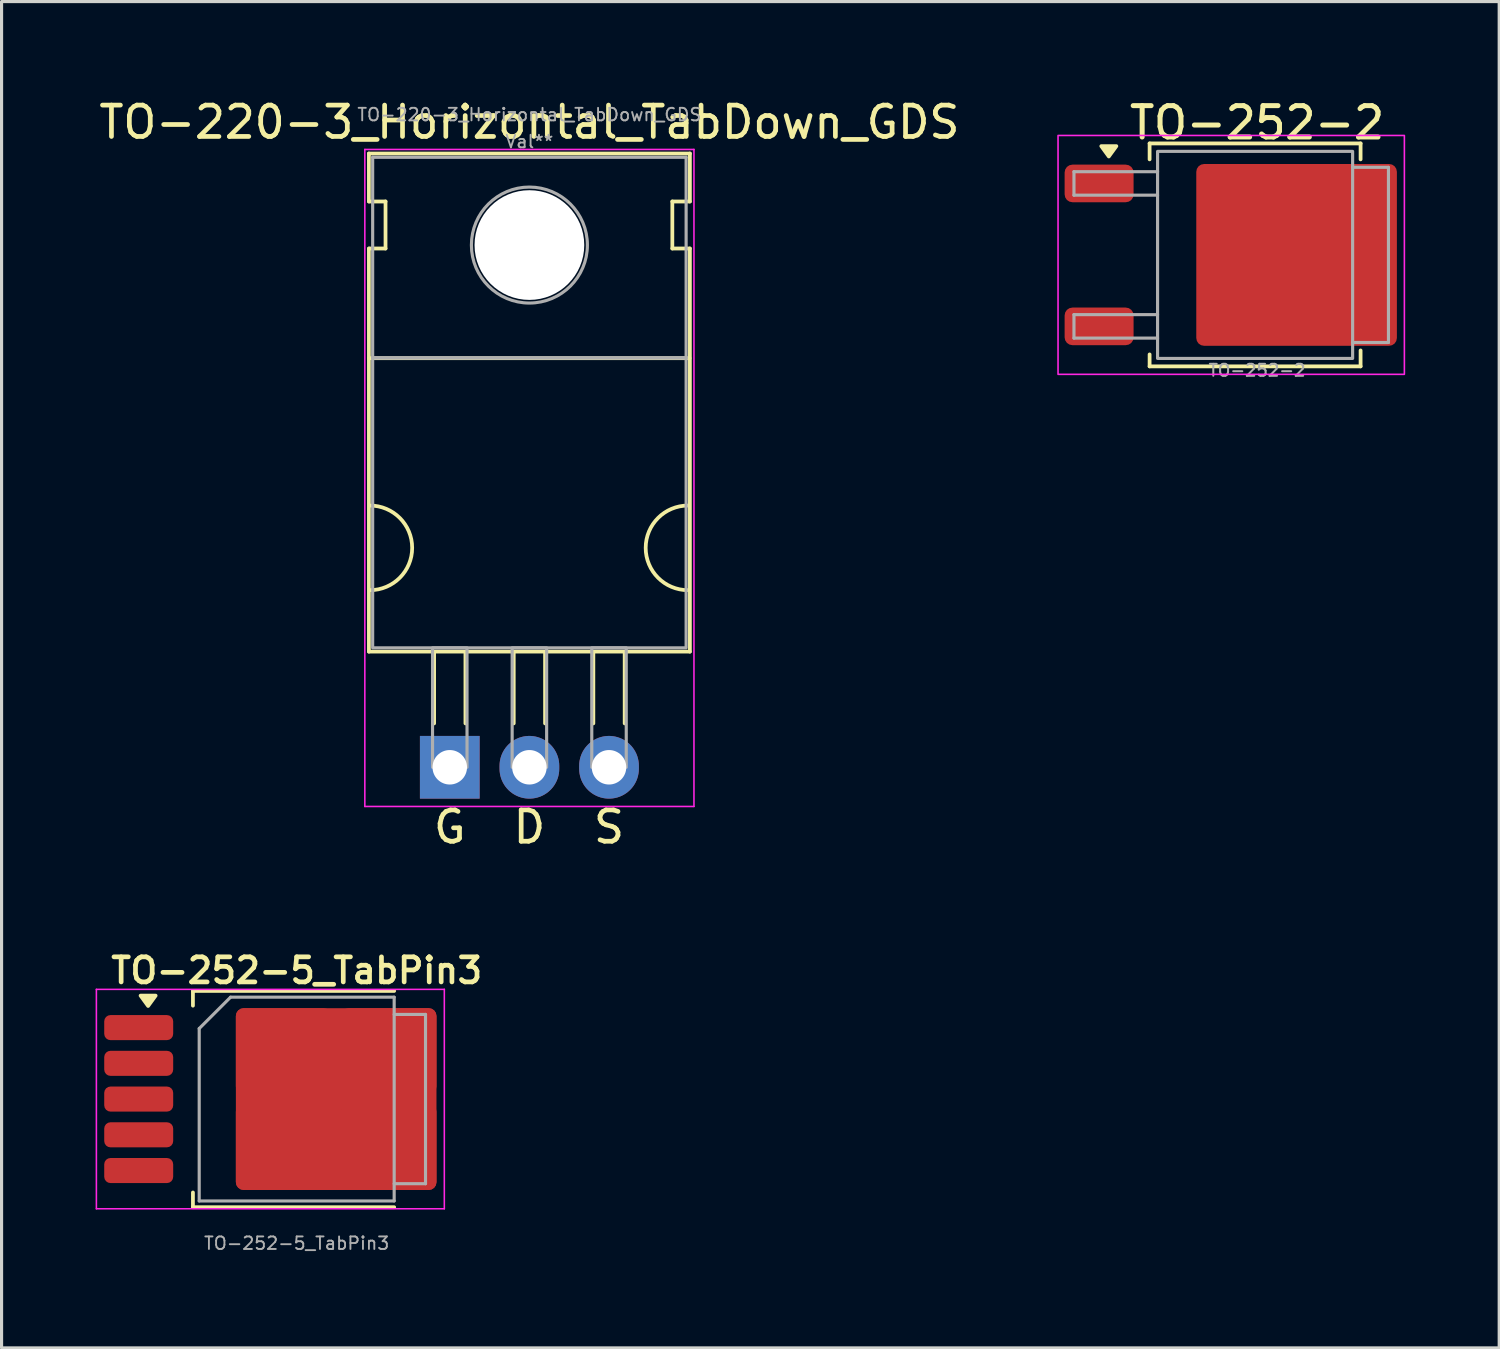
<source format=kicad_pcb>
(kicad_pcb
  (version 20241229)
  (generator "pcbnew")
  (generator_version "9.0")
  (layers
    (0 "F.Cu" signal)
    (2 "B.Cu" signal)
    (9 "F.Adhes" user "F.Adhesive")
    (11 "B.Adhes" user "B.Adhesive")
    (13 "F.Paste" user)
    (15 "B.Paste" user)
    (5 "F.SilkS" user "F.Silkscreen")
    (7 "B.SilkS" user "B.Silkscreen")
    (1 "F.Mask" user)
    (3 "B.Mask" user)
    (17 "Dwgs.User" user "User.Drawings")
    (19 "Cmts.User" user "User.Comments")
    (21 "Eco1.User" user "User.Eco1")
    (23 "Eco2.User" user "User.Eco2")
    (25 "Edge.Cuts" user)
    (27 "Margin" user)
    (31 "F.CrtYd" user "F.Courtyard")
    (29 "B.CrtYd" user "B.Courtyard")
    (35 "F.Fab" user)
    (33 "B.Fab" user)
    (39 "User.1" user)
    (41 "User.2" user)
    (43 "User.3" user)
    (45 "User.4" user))
  (footprint "TO-220-3_Horizontal_TabDown_GDS"
    (layer "F.Cu")
    (at 11.299 21.428)
    (property "Reference" "TO-220-3_Horizontal_TabDown_GDS" (at 2.54 -20.58 0) (layer "F.SilkS") (effects (font (size 1 1) (thickness 0.15))))
    (fp_line (start -2.58 -19.58) (end -2.58 -18.05) (stroke (width 0.12) (type solid)) (layer "F.SilkS"))
    (fp_line (start -2.58 -19.58) (end 7.66 -19.58) (stroke (width 0.12) (type solid)) (layer "F.SilkS"))
    (fp_line (start -2.58 -18.05) (end -2.05 -18.05) (stroke (width 0.12) (type solid)) (layer "F.SilkS"))
    (fp_line (start -2.58 -16.55) (end -2.58 -3.69) (stroke (width 0.12) (type solid)) (layer "F.SilkS"))
    (fp_line (start -2.58 -3.69) (end 7.66 -3.69) (stroke (width 0.12) (type solid)) (layer "F.SilkS"))
    (fp_line (start -2.575 -13.05) (end 7.65 -13.05) (stroke (width 0.12) (type solid)) (layer "F.SilkS"))
    (fp_line (start -2.05 -18.05) (end -2.05 -16.55) (stroke (width 0.12) (type solid)) (layer "F.SilkS"))
    (fp_line (start -2.05 -16.55) (end -2.575 -16.55) (stroke (width 0.12) (type solid)) (layer "F.SilkS"))
    (fp_line (start -0.5 -3.65) (end -0.5 -1.4) (stroke (width 0.12) (type solid)) (layer "F.SilkS"))
    (fp_line (start 0.5 -3.65) (end 0.5 -1.4) (stroke (width 0.12) (type solid)) (layer "F.SilkS"))
    (fp_line (start 2.04 -3.65) (end 2.04 -1.4) (stroke (width 0.12) (type solid)) (layer "F.SilkS"))
    (fp_line (start 3.04 -3.65) (end 3.04 -1.4) (stroke (width 0.12) (type solid)) (layer "F.SilkS"))
    (fp_line (start 4.58 -3.65) (end 4.58 -1.4) (stroke (width 0.12) (type solid)) (layer "F.SilkS"))
    (fp_line (start 5.58 -3.65) (end 5.58 -1.4) (stroke (width 0.12) (type solid)) (layer "F.SilkS"))
    (fp_line (start 7.1 -18.05) (end 7.66 -18.05) (stroke (width 0.12) (type solid)) (layer "F.SilkS"))
    (fp_line (start 7.1 -16.55) (end 7.1 -18.05) (stroke (width 0.12) (type solid)) (layer "F.SilkS"))
    (fp_line (start 7.66 -19.58) (end 7.66 -18.05) (stroke (width 0.12) (type solid)) (layer "F.SilkS"))
    (fp_line (start 7.66 -16.55) (end 7.1 -16.55) (stroke (width 0.12) (type solid)) (layer "F.SilkS"))
    (fp_line (start 7.66 -16.55) (end 7.66 -3.69) (stroke (width 0.12) (type solid)) (layer "F.SilkS"))
    (fp_arc (start -2.55 -8.35) (mid -1.2 -7) (end -2.55 -5.65) (stroke (width 0.12) (type solid)) (layer "F.SilkS"))
    (fp_arc (start 7.6 -5.65) (mid 6.25 -7) (end 7.6 -8.35) (stroke (width 0.12) (type solid)) (layer "F.SilkS"))
    (fp_line (start -2.71 -19.71) (end -2.71 1.25) (stroke (width 0.05) (type solid)) (layer "F.CrtYd"))
    (fp_line (start -2.71 1.25) (end 7.79 1.25) (stroke (width 0.05) (type solid)) (layer "F.CrtYd"))
    (fp_line (start 7.79 -19.71) (end -2.71 -19.71) (stroke (width 0.05) (type solid)) (layer "F.CrtYd"))
    (fp_line (start 7.79 1.25) (end 7.79 -19.71) (stroke (width 0.05) (type solid)) (layer "F.CrtYd"))
    (fp_line (start -2.46 -19.46) (end 7.54 -19.46) (stroke (width 0.1) (type solid)) (layer "F.Fab"))
    (fp_line (start -2.46 -13.06) (end -2.46 -19.46) (stroke (width 0.1) (type solid)) (layer "F.Fab"))
    (fp_line (start 7.54 -19.46) (end 7.54 -13.06) (stroke (width 0.1) (type solid)) (layer "F.Fab"))
    (fp_line (start 7.54 -13.06) (end -2.46 -13.06) (stroke (width 0.1) (type solid)) (layer "F.Fab"))
    (fp_rect (start -2.46 -13.06) (end 7.54 -3.81) (stroke (width 0.1) (type solid)) (fill no) (layer "F.Fab"))
    (fp_rect (start -0.55 -3.81) (end 0.55 0) (stroke (width 0.1) (type default)) (fill no) (layer "F.Fab"))
    (fp_rect (start 1.99 -3.81) (end 3.09 0) (stroke (width 0.1) (type default)) (fill no) (layer "F.Fab"))
    (fp_rect (start 4.53 -3.81) (end 5.63 0) (stroke (width 0.1) (type default)) (fill no) (layer "F.Fab"))
    (fp_circle (center 2.54 -16.66) (end 4.39 -16.66) (stroke (width 0.1) (type solid)) (fill no) (layer "F.Fab"))
    (fp_text user "G" (at 0 1.905 0) (unlocked yes) (layer "F.SilkS") (effects (font (size 1 1) (thickness 0.15))))
    (fp_text user "S" (at 5.08 1.905 0) (unlocked yes) (layer "F.SilkS") (effects (font (size 1 1) (thickness 0.15))))
    (fp_text user "D" (at 2.54 1.905 0) (unlocked yes) (layer "F.SilkS") (effects (font (size 1 1) (thickness 0.15))))
    (fp_text user "${REFERENCE}" (at 2.54 -20.82 0) (layer "F.Fab") (effects (font (size 0.4 0.4) (thickness 0.06))))
    (fp_text user "Val**" (at 2.54 -19.96 0) (unlocked yes) (layer "F.Fab") (effects (font (size 0.4 0.4) (thickness 0.06))))
    (pad "" np_thru_hole oval (at 2.54 -16.66) (size 3.5 3.5) (drill 3.5) (layers "*.Cu" "*.Mask"))
    (pad "1" thru_hole rect (at 0 0) (size 1.905 2) (drill 1.1) (layers "*.Cu" "*.Mask"))
    (pad "2" thru_hole oval (at 2.54 0) (size 1.905 2) (drill 1.1) (layers "*.Cu" "*.Mask"))
    (pad "3" thru_hole oval (at 5.08 0) (size 1.905 2) (drill 1.1) (layers "*.Cu" "*.Mask")))
  (footprint "TO-252-2"
    (layer "F.Cu")
    (at 37.054 5.082)
    (property "Reference" "TO-252-2" (at 0 -4.216 0) (layer "F.SilkS") (effects (font (size 1 1) (thickness 0.16))))
    (attr smd)
    (fp_line (start -3.429 -3.556) (end -3.429 -3.048) (stroke (width 0.12) (type solid)) (layer "F.SilkS"))
    (fp_line (start -3.429 3.556) (end -3.429 3.175) (stroke (width 0.12) (type solid)) (layer "F.SilkS"))
    (fp_line (start 3.302 -3.556) (end -3.429 -3.556) (stroke (width 0.12) (type solid)) (layer "F.SilkS"))
    (fp_line (start 3.302 -3.048) (end 3.302 -3.556) (stroke (width 0.12) (type default)) (layer "F.SilkS"))
    (fp_line (start 3.302 3.556) (end -3.429 3.556) (stroke (width 0.12) (type solid)) (layer "F.SilkS"))
    (fp_line (start 3.302 3.556) (end 3.302 3.048) (stroke (width 0.12) (type default)) (layer "F.SilkS"))
    (fp_poly (pts (xy -4.73 -3.14) (xy -4.97 -3.47) (xy -4.49 -3.47) (xy -4.73 -3.14)) (stroke (width 0.12) (type solid)) (fill yes) (layer "F.SilkS"))
    (fp_rect (start -6.35 -3.81) (end 4.699 3.81) (stroke (width 0.051) (type default)) (fill no) (layer "F.CrtYd"))
    (fp_line (start -5.842 -2.655) (end -5.842 -1.905) (stroke (width 0.1) (type solid)) (layer "F.Fab"))
    (fp_line (start -5.842 -1.905) (end -3.175 -1.905) (stroke (width 0.1) (type solid)) (layer "F.Fab"))
    (fp_line (start -5.842 1.905) (end -5.842 2.655) (stroke (width 0.1) (type solid)) (layer "F.Fab"))
    (fp_line (start -5.842 2.655) (end -3.175 2.655) (stroke (width 0.1) (type solid)) (layer "F.Fab"))
    (fp_line (start -3.175 -2.655) (end -5.842 -2.655) (stroke (width 0.1) (type solid)) (layer "F.Fab"))
    (fp_line (start -3.175 1.905) (end -5.842 1.905) (stroke (width 0.1) (type solid)) (layer "F.Fab"))
    (fp_line (start 3.048 -2.794) (end 4.191 -2.794) (stroke (width 0.1) (type solid)) (layer "F.Fab"))
    (fp_line (start 4.191 -2.794) (end 4.191 2.794) (stroke (width 0.1) (type solid)) (layer "F.Fab"))
    (fp_line (start 4.191 2.794) (end 3.048 2.794) (stroke (width 0.1) (type solid)) (layer "F.Fab"))
    (fp_rect (start -3.175 -3.302) (end 3.048 3.302) (stroke (width 0.1) (type solid)) (fill no) (layer "F.Fab"))
    (fp_text user "${REFERENCE}" (at 0 3.683 0) (unlocked yes) (layer "F.Fab") (effects (font (size 0.381 0.381) (thickness 0.064) (bold yes))))
    (pad "1" smd roundrect (at -5.04 -2.28) (size 2.2 1.2) (layers "F.Cu" "F.Mask" "F.Paste") (roundrect_rratio 0.208))
    (pad "2" smd roundrect (at 1.26 0) (size 6.4 5.8) (layers "F.Cu" "F.Mask") (roundrect_rratio 0.043))
    (pad "3" smd roundrect (at -5.04 2.28) (size 2.2 1.2) (layers "F.Cu" "F.Mask" "F.Paste") (roundrect_rratio 0.208)))
  (footprint "TO-252-5_TabPin3"
    (layer "F.Cu")
    (at 6.415 32.013)
    (property "Reference" "TO-252-5_TabPin3" (at 0 -4.1 0) (layer "F.SilkS") (effects (font (size 0.8 0.8) (thickness 0.15))))
    (attr smd)
    (fp_line (start -3.31 -3.45) (end -3.31 -2.98) (stroke (width 0.12) (type solid)) (layer "F.SilkS"))
    (fp_line (start -3.31 3.45) (end -3.31 2.98) (stroke (width 0.12) (type solid)) (layer "F.SilkS"))
    (fp_line (start 3.11 -3.45) (end -3.31 -3.45) (stroke (width 0.12) (type solid)) (layer "F.SilkS"))
    (fp_line (start 3.11 3.45) (end -3.31 3.45) (stroke (width 0.12) (type solid)) (layer "F.SilkS"))
    (fp_poly (pts (xy -4.74 -2.97) (xy -4.98 -3.3) (xy -4.5 -3.3) (xy -4.74 -2.97)) (stroke (width 0.12) (type solid)) (fill yes) (layer "F.SilkS"))
    (fp_line (start -6.39 -3.5) (end -6.39 3.5) (stroke (width 0.05) (type solid)) (layer "F.CrtYd"))
    (fp_line (start -6.39 3.5) (end 4.71 3.5) (stroke (width 0.05) (type solid)) (layer "F.CrtYd"))
    (fp_line (start 4.71 -3.5) (end -6.39 -3.5) (stroke (width 0.05) (type solid)) (layer "F.CrtYd"))
    (fp_line (start 4.71 3.5) (end 4.71 -3.5) (stroke (width 0.05) (type solid)) (layer "F.CrtYd"))
    (fp_line (start -3.11 -2.25) (end -2.11 -3.25) (stroke (width 0.1) (type solid)) (layer "F.Fab"))
    (fp_line (start -3.11 3.25) (end -3.11 -2.25) (stroke (width 0.1) (type solid)) (layer "F.Fab"))
    (fp_line (start -2.11 -3.25) (end 3.11 -3.25) (stroke (width 0.1) (type solid)) (layer "F.Fab"))
    (fp_line (start 3.11 -3.25) (end 3.11 3.25) (stroke (width 0.1) (type solid)) (layer "F.Fab"))
    (fp_line (start 3.11 -2.7) (end 4.11 -2.7) (stroke (width 0.1) (type solid)) (layer "F.Fab"))
    (fp_line (start 3.11 3.25) (end -3.11 3.25) (stroke (width 0.1) (type solid)) (layer "F.Fab"))
    (fp_line (start 4.11 -2.7) (end 4.11 2.7) (stroke (width 0.1) (type solid)) (layer "F.Fab"))
    (fp_line (start 4.11 2.7) (end 3.11 2.7) (stroke (width 0.1) (type solid)) (layer "F.Fab"))
    (fp_text user "${REFERENCE}" (at 0 4.6 0) (layer "F.Fab") (effects (font (size 0.4 0.4) (thickness 0.06))))
    (pad "1" smd roundrect (at -5.04 -2.28) (size 2.2 0.8) (layers "F.Cu" "F.Mask" "F.Paste") (roundrect_rratio 0.25))
    (pad "2" smd roundrect (at -5.04 -1.14) (size 2.2 0.8) (layers "F.Cu" "F.Mask" "F.Paste") (roundrect_rratio 0.25))
    (pad "3" smd roundrect (at -5.04 0) (size 2.2 0.8) (layers "F.Cu" "F.Mask" "F.Paste") (roundrect_rratio 0.25))
    (pad "3" smd roundrect (at -0.415 -1.525) (size 3.05 2.75) (layers "F.Cu" "F.Paste") (roundrect_rratio 0.091))
    (pad "3" smd roundrect (at -0.415 1.525) (size 3.05 2.75) (layers "F.Cu" "F.Paste") (roundrect_rratio 0.091))
    (pad "3" smd roundrect (at 1.26 0) (size 6.4 5.8) (layers "F.Cu" "F.Mask") (roundrect_rratio 0.043))
    (pad "3" smd roundrect (at 2.935 -1.525) (size 3.05 2.75) (layers "F.Cu" "F.Paste") (roundrect_rratio 0.091))
    (pad "3" smd roundrect (at 2.935 1.525) (size 3.05 2.75) (layers "F.Cu" "F.Paste") (roundrect_rratio 0.091))
    (pad "4" smd roundrect (at -5.04 1.14) (size 2.2 0.8) (layers "F.Cu" "F.Mask" "F.Paste") (roundrect_rratio 0.25))
    (pad "5" smd roundrect (at -5.04 2.28) (size 2.2 0.8) (layers "F.Cu" "F.Mask" "F.Paste") (roundrect_rratio 0.25)))
  (gr_rect
    (start -3 -3)
    (end 44.778 39.952)
    (stroke (width 0.1) (type default))
    (fill no)
    (layer "Edge.Cuts")))
</source>
